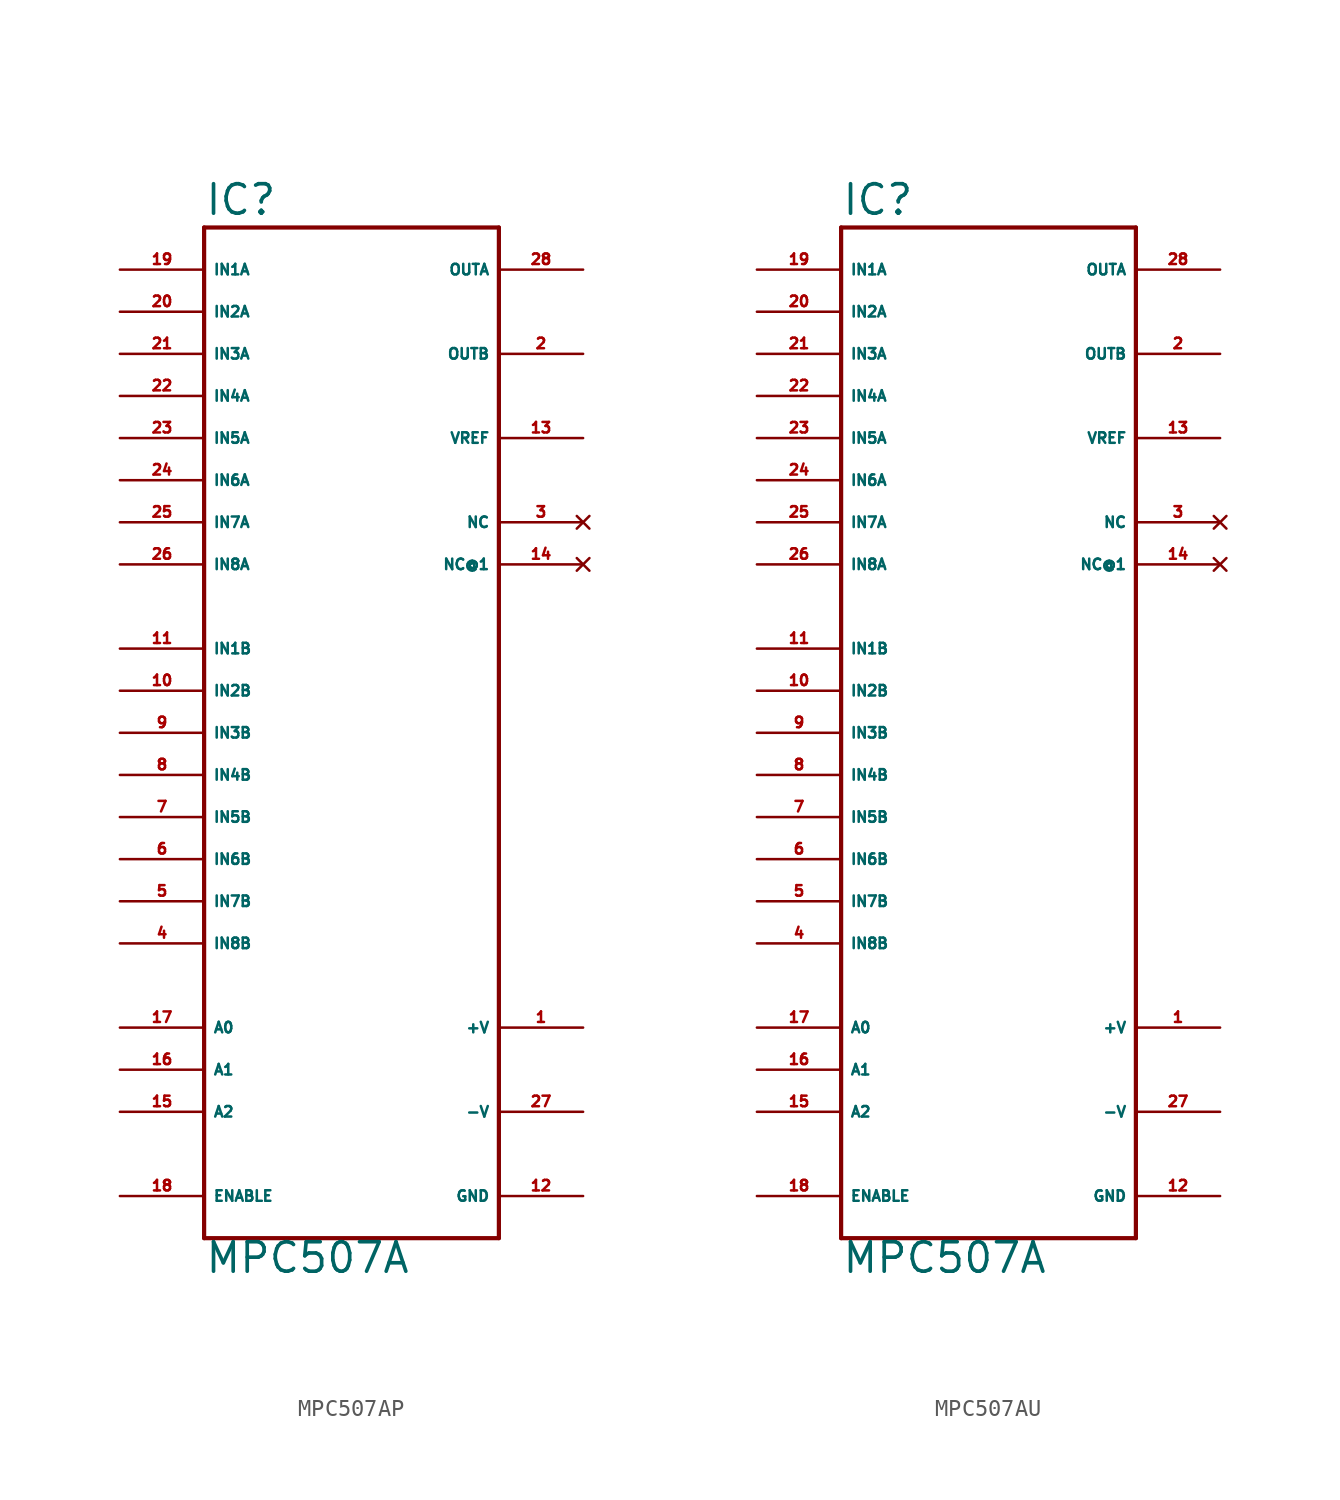
<source format=kicad_sym>
(kicad_symbol_lib
  (version 20220914)
  (generator Eagle2Kicad)
  (symbol "MPC507AP"
    (property "Reference" "IC"
      (at -10.16 31.115 0)
      (effects (font (size 1.778 1.778) (thickness 0.22)) (justify left bottom)))
    (property "Value" "MPC507A"
      (at -10.16 -32.703 0)
      (effects (font (size 1.778 1.778) (thickness 0.22)) (justify left bottom)))
    (polyline
      (pts (xy -10.16 -30.48) (xy 7.62 -30.48))
      (stroke (width 0.254) (type default))
      (fill (type none)))
    (polyline
      (pts (xy 7.62 -30.48) (xy 7.62 30.48))
      (stroke (width 0.254) (type default))
      (fill (type none)))
    (polyline
      (pts (xy 7.62 30.48) (xy -10.16 30.48))
      (stroke (width 0.254) (type default))
      (fill (type none)))
    (polyline
      (pts (xy -10.16 30.48) (xy -10.16 -30.48))
      (stroke (width 0.254) (type default))
      (fill (type none)))
    (pin input line
      (at -15.24 27.94 0)
      (length 5.08)
      (name "IN1A" (effects (font (size 0.635 0.635) (thickness 0.08)) (justify left bottom)))
      (number "19" (effects (font (size 0.635 0.635) (thickness 0.08)) (justify left bottom))))
    (pin input line
      (at -15.24 25.4 0)
      (length 5.08)
      (name "IN2A" (effects (font (size 0.635 0.635) (thickness 0.08)) (justify left bottom)))
      (number "20" (effects (font (size 0.635 0.635) (thickness 0.08)) (justify left bottom))))
    (pin input line
      (at -15.24 22.86 0)
      (length 5.08)
      (name "IN3A" (effects (font (size 0.635 0.635) (thickness 0.08)) (justify left bottom)))
      (number "21" (effects (font (size 0.635 0.635) (thickness 0.08)) (justify left bottom))))
    (pin input line
      (at -15.24 20.32 0)
      (length 5.08)
      (name "IN4A" (effects (font (size 0.635 0.635) (thickness 0.08)) (justify left bottom)))
      (number "22" (effects (font (size 0.635 0.635) (thickness 0.08)) (justify left bottom))))
    (pin input line
      (at -15.24 17.78 0)
      (length 5.08)
      (name "IN5A" (effects (font (size 0.635 0.635) (thickness 0.08)) (justify left bottom)))
      (number "23" (effects (font (size 0.635 0.635) (thickness 0.08)) (justify left bottom))))
    (pin input line
      (at -15.24 15.24 0)
      (length 5.08)
      (name "IN6A" (effects (font (size 0.635 0.635) (thickness 0.08)) (justify left bottom)))
      (number "24" (effects (font (size 0.635 0.635) (thickness 0.08)) (justify left bottom))))
    (pin input line
      (at -15.24 12.7 0)
      (length 5.08)
      (name "IN7A" (effects (font (size 0.635 0.635) (thickness 0.08)) (justify left bottom)))
      (number "25" (effects (font (size 0.635 0.635) (thickness 0.08)) (justify left bottom))))
    (pin input line
      (at -15.24 10.16 0)
      (length 5.08)
      (name "IN8A" (effects (font (size 0.635 0.635) (thickness 0.08)) (justify left bottom)))
      (number "26" (effects (font (size 0.635 0.635) (thickness 0.08)) (justify left bottom))))
    (pin input line
      (at -15.24 5.08 0)
      (length 5.08)
      (name "IN1B" (effects (font (size 0.635 0.635) (thickness 0.08)) (justify left bottom)))
      (number "11" (effects (font (size 0.635 0.635) (thickness 0.08)) (justify left bottom))))
    (pin input line
      (at -15.24 2.54 0)
      (length 5.08)
      (name "IN2B" (effects (font (size 0.635 0.635) (thickness 0.08)) (justify left bottom)))
      (number "10" (effects (font (size 0.635 0.635) (thickness 0.08)) (justify left bottom))))
    (pin input line
      (at -15.24 0 0)
      (length 5.08)
      (name "IN3B" (effects (font (size 0.635 0.635) (thickness 0.08)) (justify left bottom)))
      (number "9" (effects (font (size 0.635 0.635) (thickness 0.08)) (justify left bottom))))
    (pin input line
      (at -15.24 -2.54 0)
      (length 5.08)
      (name "IN4B" (effects (font (size 0.635 0.635) (thickness 0.08)) (justify left bottom)))
      (number "8" (effects (font (size 0.635 0.635) (thickness 0.08)) (justify left bottom))))
    (pin input line
      (at -15.24 -5.08 0)
      (length 5.08)
      (name "IN5B" (effects (font (size 0.635 0.635) (thickness 0.08)) (justify left bottom)))
      (number "7" (effects (font (size 0.635 0.635) (thickness 0.08)) (justify left bottom))))
    (pin input line
      (at -15.24 -7.62 0)
      (length 5.08)
      (name "IN6B" (effects (font (size 0.635 0.635) (thickness 0.08)) (justify left bottom)))
      (number "6" (effects (font (size 0.635 0.635) (thickness 0.08)) (justify left bottom))))
    (pin input line
      (at -15.24 -10.16 0)
      (length 5.08)
      (name "IN7B" (effects (font (size 0.635 0.635) (thickness 0.08)) (justify left bottom)))
      (number "5" (effects (font (size 0.635 0.635) (thickness 0.08)) (justify left bottom))))
    (pin input line
      (at -15.24 -12.7 0)
      (length 5.08)
      (name "IN8B" (effects (font (size 0.635 0.635) (thickness 0.08)) (justify left bottom)))
      (number "4" (effects (font (size 0.635 0.635) (thickness 0.08)) (justify left bottom))))
    (pin output line
      (at 12.7 27.94 180)
      (length 5.08)
      (name "OUTA" (effects (font (size 0.635 0.635) (thickness 0.08)) (justify left bottom)))
      (number "28" (effects (font (size 0.635 0.635) (thickness 0.08)) (justify left bottom))))
    (pin input line
      (at -15.24 -17.78 0)
      (length 5.08)
      (name "A0" (effects (font (size 0.635 0.635) (thickness 0.08)) (justify left bottom)))
      (number "17" (effects (font (size 0.635 0.635) (thickness 0.08)) (justify left bottom))))
    (pin input line
      (at -15.24 -20.32 0)
      (length 5.08)
      (name "A1" (effects (font (size 0.635 0.635) (thickness 0.08)) (justify left bottom)))
      (number "16" (effects (font (size 0.635 0.635) (thickness 0.08)) (justify left bottom))))
    (pin input line
      (at -15.24 -22.86 0)
      (length 5.08)
      (name "A2" (effects (font (size 0.635 0.635) (thickness 0.08)) (justify left bottom)))
      (number "15" (effects (font (size 0.635 0.635) (thickness 0.08)) (justify left bottom))))
    (pin no_connect line
      (at 12.7 10.16 180)
      (length 5.08)
      (name "NC@1" (effects (font (size 0.635 0.635) (thickness 0.08)) (justify left bottom) hide))
      (number "14" (effects (font (size 0.635 0.635) (thickness 0.08)) (justify left bottom) hide)))
    (pin no_connect line
      (at 12.7 12.7 180)
      (length 5.08)
      (name "NC" (effects (font (size 0.635 0.635) (thickness 0.08)) (justify left bottom) hide))
      (number "3" (effects (font (size 0.635 0.635) (thickness 0.08)) (justify left bottom) hide)))
    (pin output line
      (at 12.7 22.86 180)
      (length 5.08)
      (name "OUTB" (effects (font (size 0.635 0.635) (thickness 0.08)) (justify left bottom)))
      (number "2" (effects (font (size 0.635 0.635) (thickness 0.08)) (justify left bottom))))
    (pin input line
      (at -15.24 -27.94 0)
      (length 5.08)
      (name "ENABLE" (effects (font (size 0.635 0.635) (thickness 0.08)) (justify left bottom)))
      (number "18" (effects (font (size 0.635 0.635) (thickness 0.08)) (justify left bottom))))
    (pin bidirectional line
      (at 12.7 17.78 180)
      (length 5.08)
      (name "VREF" (effects (font (size 0.635 0.635) (thickness 0.08)) (justify left bottom)))
      (number "13" (effects (font (size 0.635 0.635) (thickness 0.08)) (justify left bottom))))
    (pin unspecified line
      (at 12.7 -17.78 180)
      (length 5.08)
      (name "+V" (effects (font (size 0.635 0.635) (thickness 0.08)) (justify left bottom)))
      (number "1" (effects (font (size 0.635 0.635) (thickness 0.08)) (justify left bottom))))
    (pin unspecified line
      (at 12.7 -22.86 180)
      (length 5.08)
      (name "-V" (effects (font (size 0.635 0.635) (thickness 0.08)) (justify left bottom)))
      (number "27" (effects (font (size 0.635 0.635) (thickness 0.08)) (justify left bottom))))
    (pin unspecified line
      (at 12.7 -27.94 180)
      (length 5.08)
      (name "GND" (effects (font (size 0.635 0.635) (thickness 0.08)) (justify left bottom)))
      (number "12" (effects (font (size 0.635 0.635) (thickness 0.08)) (justify left bottom)))))
  (symbol "MPC507AU"
    (property "Reference" "IC"
      (at -10.16 31.115 0)
      (effects (font (size 1.778 1.778) (thickness 0.22)) (justify left bottom)))
    (property "Value" "MPC507A"
      (at -10.16 -32.703 0)
      (effects (font (size 1.778 1.778) (thickness 0.22)) (justify left bottom)))
    (polyline
      (pts (xy -10.16 -30.48) (xy 7.62 -30.48))
      (stroke (width 0.254) (type default))
      (fill (type none)))
    (polyline
      (pts (xy 7.62 -30.48) (xy 7.62 30.48))
      (stroke (width 0.254) (type default))
      (fill (type none)))
    (polyline
      (pts (xy 7.62 30.48) (xy -10.16 30.48))
      (stroke (width 0.254) (type default))
      (fill (type none)))
    (polyline
      (pts (xy -10.16 30.48) (xy -10.16 -30.48))
      (stroke (width 0.254) (type default))
      (fill (type none)))
    (pin input line
      (at -15.24 27.94 0)
      (length 5.08)
      (name "IN1A" (effects (font (size 0.635 0.635) (thickness 0.08)) (justify left bottom)))
      (number "19" (effects (font (size 0.635 0.635) (thickness 0.08)) (justify left bottom))))
    (pin input line
      (at -15.24 25.4 0)
      (length 5.08)
      (name "IN2A" (effects (font (size 0.635 0.635) (thickness 0.08)) (justify left bottom)))
      (number "20" (effects (font (size 0.635 0.635) (thickness 0.08)) (justify left bottom))))
    (pin input line
      (at -15.24 22.86 0)
      (length 5.08)
      (name "IN3A" (effects (font (size 0.635 0.635) (thickness 0.08)) (justify left bottom)))
      (number "21" (effects (font (size 0.635 0.635) (thickness 0.08)) (justify left bottom))))
    (pin input line
      (at -15.24 20.32 0)
      (length 5.08)
      (name "IN4A" (effects (font (size 0.635 0.635) (thickness 0.08)) (justify left bottom)))
      (number "22" (effects (font (size 0.635 0.635) (thickness 0.08)) (justify left bottom))))
    (pin input line
      (at -15.24 17.78 0)
      (length 5.08)
      (name "IN5A" (effects (font (size 0.635 0.635) (thickness 0.08)) (justify left bottom)))
      (number "23" (effects (font (size 0.635 0.635) (thickness 0.08)) (justify left bottom))))
    (pin input line
      (at -15.24 15.24 0)
      (length 5.08)
      (name "IN6A" (effects (font (size 0.635 0.635) (thickness 0.08)) (justify left bottom)))
      (number "24" (effects (font (size 0.635 0.635) (thickness 0.08)) (justify left bottom))))
    (pin input line
      (at -15.24 12.7 0)
      (length 5.08)
      (name "IN7A" (effects (font (size 0.635 0.635) (thickness 0.08)) (justify left bottom)))
      (number "25" (effects (font (size 0.635 0.635) (thickness 0.08)) (justify left bottom))))
    (pin input line
      (at -15.24 10.16 0)
      (length 5.08)
      (name "IN8A" (effects (font (size 0.635 0.635) (thickness 0.08)) (justify left bottom)))
      (number "26" (effects (font (size 0.635 0.635) (thickness 0.08)) (justify left bottom))))
    (pin input line
      (at -15.24 5.08 0)
      (length 5.08)
      (name "IN1B" (effects (font (size 0.635 0.635) (thickness 0.08)) (justify left bottom)))
      (number "11" (effects (font (size 0.635 0.635) (thickness 0.08)) (justify left bottom))))
    (pin input line
      (at -15.24 2.54 0)
      (length 5.08)
      (name "IN2B" (effects (font (size 0.635 0.635) (thickness 0.08)) (justify left bottom)))
      (number "10" (effects (font (size 0.635 0.635) (thickness 0.08)) (justify left bottom))))
    (pin input line
      (at -15.24 0 0)
      (length 5.08)
      (name "IN3B" (effects (font (size 0.635 0.635) (thickness 0.08)) (justify left bottom)))
      (number "9" (effects (font (size 0.635 0.635) (thickness 0.08)) (justify left bottom))))
    (pin input line
      (at -15.24 -2.54 0)
      (length 5.08)
      (name "IN4B" (effects (font (size 0.635 0.635) (thickness 0.08)) (justify left bottom)))
      (number "8" (effects (font (size 0.635 0.635) (thickness 0.08)) (justify left bottom))))
    (pin input line
      (at -15.24 -5.08 0)
      (length 5.08)
      (name "IN5B" (effects (font (size 0.635 0.635) (thickness 0.08)) (justify left bottom)))
      (number "7" (effects (font (size 0.635 0.635) (thickness 0.08)) (justify left bottom))))
    (pin input line
      (at -15.24 -7.62 0)
      (length 5.08)
      (name "IN6B" (effects (font (size 0.635 0.635) (thickness 0.08)) (justify left bottom)))
      (number "6" (effects (font (size 0.635 0.635) (thickness 0.08)) (justify left bottom))))
    (pin input line
      (at -15.24 -10.16 0)
      (length 5.08)
      (name "IN7B" (effects (font (size 0.635 0.635) (thickness 0.08)) (justify left bottom)))
      (number "5" (effects (font (size 0.635 0.635) (thickness 0.08)) (justify left bottom))))
    (pin input line
      (at -15.24 -12.7 0)
      (length 5.08)
      (name "IN8B" (effects (font (size 0.635 0.635) (thickness 0.08)) (justify left bottom)))
      (number "4" (effects (font (size 0.635 0.635) (thickness 0.08)) (justify left bottom))))
    (pin output line
      (at 12.7 27.94 180)
      (length 5.08)
      (name "OUTA" (effects (font (size 0.635 0.635) (thickness 0.08)) (justify left bottom)))
      (number "28" (effects (font (size 0.635 0.635) (thickness 0.08)) (justify left bottom))))
    (pin input line
      (at -15.24 -17.78 0)
      (length 5.08)
      (name "A0" (effects (font (size 0.635 0.635) (thickness 0.08)) (justify left bottom)))
      (number "17" (effects (font (size 0.635 0.635) (thickness 0.08)) (justify left bottom))))
    (pin input line
      (at -15.24 -20.32 0)
      (length 5.08)
      (name "A1" (effects (font (size 0.635 0.635) (thickness 0.08)) (justify left bottom)))
      (number "16" (effects (font (size 0.635 0.635) (thickness 0.08)) (justify left bottom))))
    (pin input line
      (at -15.24 -22.86 0)
      (length 5.08)
      (name "A2" (effects (font (size 0.635 0.635) (thickness 0.08)) (justify left bottom)))
      (number "15" (effects (font (size 0.635 0.635) (thickness 0.08)) (justify left bottom))))
    (pin no_connect line
      (at 12.7 10.16 180)
      (length 5.08)
      (name "NC@1" (effects (font (size 0.635 0.635) (thickness 0.08)) (justify left bottom) hide))
      (number "14" (effects (font (size 0.635 0.635) (thickness 0.08)) (justify left bottom) hide)))
    (pin no_connect line
      (at 12.7 12.7 180)
      (length 5.08)
      (name "NC" (effects (font (size 0.635 0.635) (thickness 0.08)) (justify left bottom) hide))
      (number "3" (effects (font (size 0.635 0.635) (thickness 0.08)) (justify left bottom) hide)))
    (pin output line
      (at 12.7 22.86 180)
      (length 5.08)
      (name "OUTB" (effects (font (size 0.635 0.635) (thickness 0.08)) (justify left bottom)))
      (number "2" (effects (font (size 0.635 0.635) (thickness 0.08)) (justify left bottom))))
    (pin input line
      (at -15.24 -27.94 0)
      (length 5.08)
      (name "ENABLE" (effects (font (size 0.635 0.635) (thickness 0.08)) (justify left bottom)))
      (number "18" (effects (font (size 0.635 0.635) (thickness 0.08)) (justify left bottom))))
    (pin bidirectional line
      (at 12.7 17.78 180)
      (length 5.08)
      (name "VREF" (effects (font (size 0.635 0.635) (thickness 0.08)) (justify left bottom)))
      (number "13" (effects (font (size 0.635 0.635) (thickness 0.08)) (justify left bottom))))
    (pin unspecified line
      (at 12.7 -17.78 180)
      (length 5.08)
      (name "+V" (effects (font (size 0.635 0.635) (thickness 0.08)) (justify left bottom)))
      (number "1" (effects (font (size 0.635 0.635) (thickness 0.08)) (justify left bottom))))
    (pin unspecified line
      (at 12.7 -22.86 180)
      (length 5.08)
      (name "-V" (effects (font (size 0.635 0.635) (thickness 0.08)) (justify left bottom)))
      (number "27" (effects (font (size 0.635 0.635) (thickness 0.08)) (justify left bottom))))
    (pin unspecified line
      (at 12.7 -27.94 180)
      (length 5.08)
      (name "GND" (effects (font (size 0.635 0.635) (thickness 0.08)) (justify left bottom)))
      (number "12" (effects (font (size 0.635 0.635) (thickness 0.08)) (justify left bottom))))))
</source>
